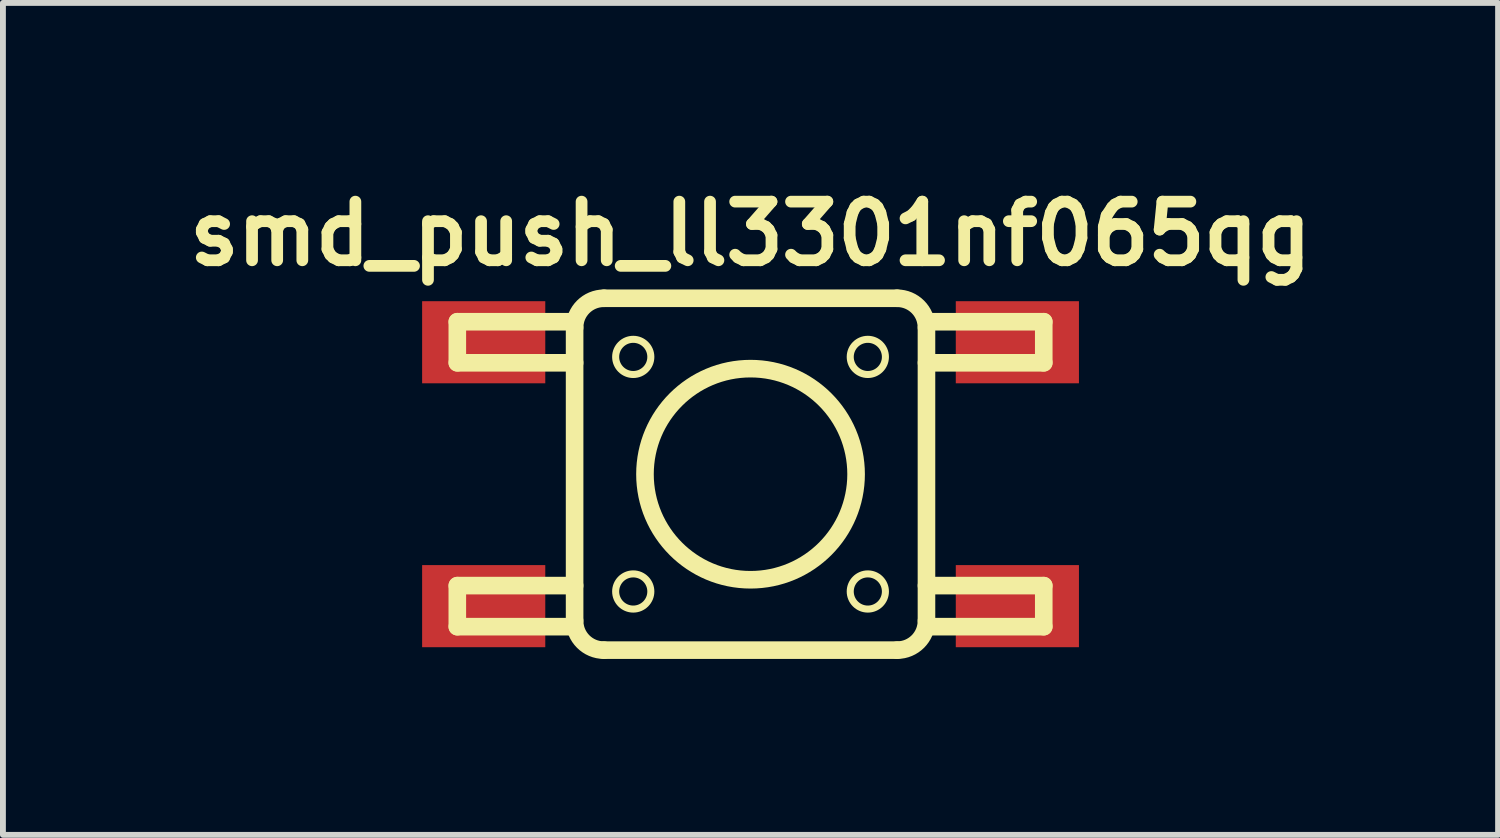
<source format=kicad_pcb>
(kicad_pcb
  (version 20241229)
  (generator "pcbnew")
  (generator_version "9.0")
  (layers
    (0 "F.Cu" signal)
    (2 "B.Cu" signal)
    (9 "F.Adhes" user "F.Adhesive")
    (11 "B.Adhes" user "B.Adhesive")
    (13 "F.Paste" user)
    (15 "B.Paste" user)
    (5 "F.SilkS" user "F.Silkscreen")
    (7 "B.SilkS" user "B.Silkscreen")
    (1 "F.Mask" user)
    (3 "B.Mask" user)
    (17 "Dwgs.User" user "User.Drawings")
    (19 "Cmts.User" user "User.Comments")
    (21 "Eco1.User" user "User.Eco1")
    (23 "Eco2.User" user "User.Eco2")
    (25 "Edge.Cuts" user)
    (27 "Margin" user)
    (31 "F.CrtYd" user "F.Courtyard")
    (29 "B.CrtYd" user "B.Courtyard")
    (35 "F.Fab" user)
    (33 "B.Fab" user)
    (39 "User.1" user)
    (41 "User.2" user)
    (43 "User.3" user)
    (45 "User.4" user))
  (footprint "smd_push_ll3301nf065qg"
    (layer "F.Cu")
    (at 9.748 5.036)
    (property "Reference" "smd_push_ll3301nf065qg" (at 0 -4.1 0) (layer "F.SilkS") (effects (font (size 1 1) (thickness 0.2))))
    (attr through_hole)
    (fp_line (start -5 -2.6) (end -5 -1.9) (stroke (width 0.3) (type solid)) (layer "F.SilkS"))
    (fp_line (start -5 -1.9) (end -3 -1.9) (stroke (width 0.3) (type solid)) (layer "F.SilkS"))
    (fp_line (start -5 1.9) (end -5 2.6) (stroke (width 0.3) (type solid)) (layer "F.SilkS"))
    (fp_line (start -5 2.6) (end -3 2.6) (stroke (width 0.3) (type solid)) (layer "F.SilkS"))
    (fp_line (start -3 -2.6) (end -5 -2.6) (stroke (width 0.3) (type solid)) (layer "F.SilkS"))
    (fp_line (start -3 -1.9) (end -3 -2.6) (stroke (width 0.12) (type solid)) (layer "F.SilkS"))
    (fp_line (start -3 1.9) (end -5 1.9) (stroke (width 0.3) (type solid)) (layer "F.SilkS"))
    (fp_line (start -3 2.5) (end -3 -2.5) (stroke (width 0.3) (type solid)) (layer "F.SilkS"))
    (fp_line (start -3 2.6) (end -3 1.9) (stroke (width 0.12) (type solid)) (layer "F.SilkS"))
    (fp_line (start -2.5 -3) (end 2.5 -3) (stroke (width 0.3) (type solid)) (layer "F.SilkS"))
    (fp_line (start 2.5 3) (end -2.5 3) (stroke (width 0.3) (type solid)) (layer "F.SilkS"))
    (fp_line (start 3 -2.6) (end 3 -1.9) (stroke (width 0.12) (type solid)) (layer "F.SilkS"))
    (fp_line (start 3 -2.5) (end 3 2.5) (stroke (width 0.3) (type solid)) (layer "F.SilkS"))
    (fp_line (start 3 -1.9) (end 5 -1.9) (stroke (width 0.3) (type solid)) (layer "F.SilkS"))
    (fp_line (start 3 1.9) (end 3 2.6) (stroke (width 0.12) (type solid)) (layer "F.SilkS"))
    (fp_line (start 3 2.6) (end 5 2.6) (stroke (width 0.3) (type solid)) (layer "F.SilkS"))
    (fp_line (start 5 -2.6) (end 3 -2.6) (stroke (width 0.3) (type solid)) (layer "F.SilkS"))
    (fp_line (start 5 -1.9) (end 5 -2.6) (stroke (width 0.3) (type solid)) (layer "F.SilkS"))
    (fp_line (start 5 1.9) (end 3 1.9) (stroke (width 0.3) (type solid)) (layer "F.SilkS"))
    (fp_line (start 5 2.6) (end 5 1.9) (stroke (width 0.3) (type solid)) (layer "F.SilkS"))
    (fp_arc (start -3 -2.5) (mid -2.853553 -2.853553) (end -2.5 -3) (stroke (width 0.3) (type solid)) (layer "F.SilkS"))
    (fp_arc (start -2.5 3) (mid -2.853553 2.853553) (end -3 2.5) (stroke (width 0.3) (type solid)) (layer "F.SilkS"))
    (fp_arc (start 2.5 -3) (mid 2.853553 -2.853553) (end 3 -2.5) (stroke (width 0.3) (type solid)) (layer "F.SilkS"))
    (fp_arc (start 3 2.5) (mid 2.853553 2.853553) (end 2.5 3) (stroke (width 0.3) (type solid)) (layer "F.SilkS"))
    (fp_circle (center -2 -2) (end -1.7 -2) (stroke (width 0.12) (type solid)) (fill no) (layer "F.SilkS"))
    (fp_circle (center -2 2) (end -1.7 2) (stroke (width 0.12) (type solid)) (fill no) (layer "F.SilkS"))
    (fp_circle (center 0 0) (end 1.8 0) (stroke (width 0.3) (type solid)) (fill no) (layer "F.SilkS"))
    (fp_circle (center 2 -2) (end 2.3 -2) (stroke (width 0.12) (type solid)) (fill no) (layer "F.SilkS"))
    (fp_circle (center 2 2) (end 2.3 2) (stroke (width 0.12) (type solid)) (fill no) (layer "F.SilkS"))
    (pad "1" smd rect (at -4.55 -2.25) (size 2.1 1.4) (layers "F.Cu" "F.Mask" "F.Paste"))
    (pad "1" smd rect (at -4.55 2.25) (size 2.1 1.4) (layers "F.Cu" "F.Mask" "F.Paste"))
    (pad "2" smd rect (at 4.55 -2.25) (size 2.1 1.4) (layers "F.Cu" "F.Mask" "F.Paste"))
    (pad "2" smd rect (at 4.55 2.25) (size 2.1 1.4) (layers "F.Cu" "F.Mask" "F.Paste")))
  (gr_rect
    (start -3 -3)
    (end 22.495 11.186)
    (stroke (width 0.1) (type default))
    (fill no)
    (layer "Edge.Cuts")))
</source>
